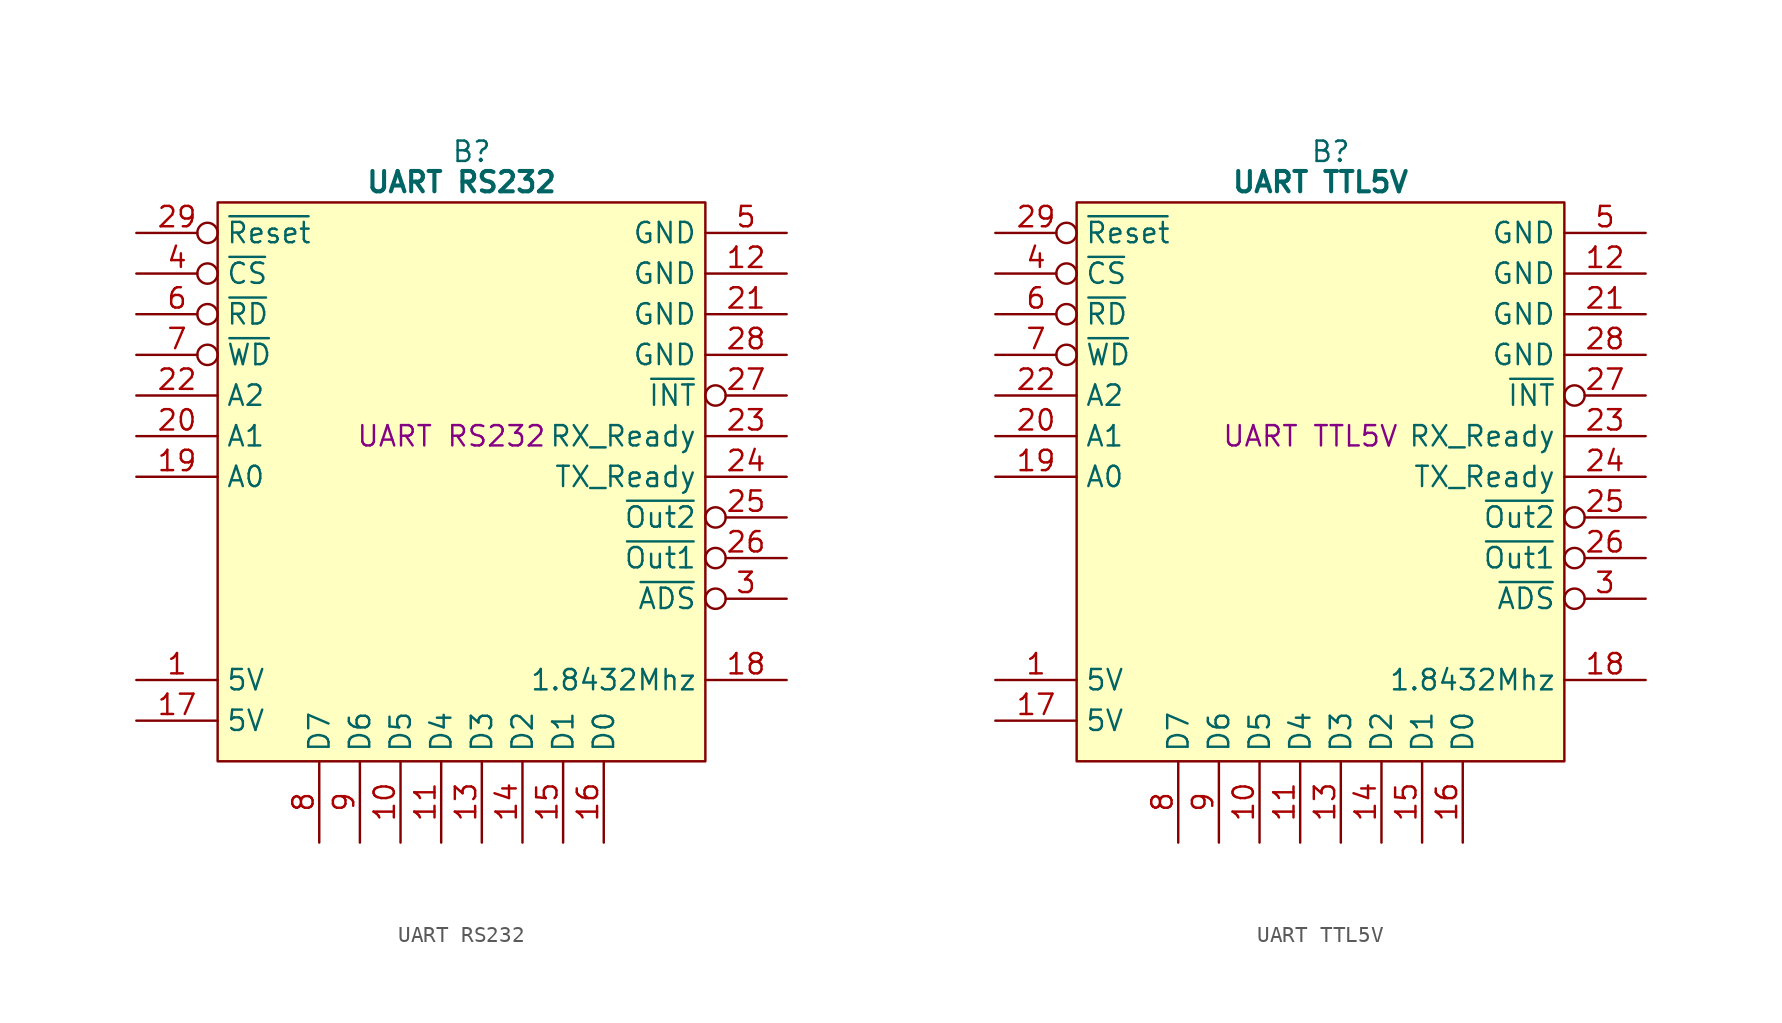
<source format=kicad_sym>
(kicad_symbol_lib
  (version 20241209)
  (generator "kicad_symbol_editor")
  (generator_version "9.0")
  (symbol "UART RS232"
    (property "Reference" "B"
      (at 15.875 5.08 0)
      (effects (font (size 1.27 1.27))))
    (property "Value" "UART RS232"
      (at 15.24 3.175 0)
      (effects (font (size 1.27 1.27) (bold yes))))
    (property "Description" "UART RS232"
      (at 14.605 -12.7 0)
      (effects (font (size 1.27 1.27))))
    (symbol "UART RS232_0_1"
      (polyline (pts (xy 0 1.905) (xy 30.48 1.905) (xy 30.48 -33.02) (xy 0 -33.02) (xy 0 1.905)) (stroke (width 0.152) (type default)) (fill (type background))))
    (symbol "UART RS232_1_0"
      (pin no_connect line (at -5.08 -22.86 0) (length 5.08) (hide yes) (name "N.C." (effects (font (size 1.27 1.27)))) (number "32" (effects (font (size 1.27 1.27))))))
    (symbol "UART RS232_1_1"
      (pin input inverted (at -5.08 0 0) (length 5.08) (name "~{Reset}" (effects (font (size 1.27 1.27)))) (number "29" (effects (font (size 1.27 1.27)))))
      (pin input inverted (at -5.08 -2.54 0) (length 5.08) (name "~{CS}" (effects (font (size 1.27 1.27)))) (number "4" (effects (font (size 1.27 1.27)))))
      (pin input inverted (at -5.08 -5.08 0) (length 5.08) (name "~{RD}" (effects (font (size 1.27 1.27)))) (number "6" (effects (font (size 1.27 1.27)))))
      (pin input inverted (at -5.08 -7.62 0) (length 5.08) (name "~{WD}" (effects (font (size 1.27 1.27)))) (number "7" (effects (font (size 1.27 1.27)))))
      (pin input line (at -5.08 -10.16 0) (length 5.08) (name "A2" (effects (font (size 1.27 1.27)))) (number "22" (effects (font (size 1.27 1.27)))))
      (pin input line (at -5.08 -12.7 0) (length 5.08) (name "A1" (effects (font (size 1.27 1.27)))) (number "20" (effects (font (size 1.27 1.27)))))
      (pin input line (at -5.08 -15.24 0) (length 5.08) (name "A0" (effects (font (size 1.27 1.27)))) (number "19" (effects (font (size 1.27 1.27)))))
      (pin no_connect line (at -5.08 -17.78 0) (length 5.08) (hide yes) (name "N.C." (effects (font (size 1.27 1.27)))) (number "30" (effects (font (size 1.27 1.27)))))
      (pin no_connect line (at -5.08 -20.32 0) (length 5.08) (hide yes) (name "N.C." (effects (font (size 1.27 1.27)))) (number "31" (effects (font (size 1.27 1.27)))))
      (pin no_connect line (at -5.08 -25.4 0) (length 5.08) (hide yes) (name "N.C." (effects (font (size 1.27 1.27)))) (number "2" (effects (font (size 1.27 1.27)))))
      (pin passive line (at -5.08 -27.94 0) (length 5.08) (name "5V" (effects (font (size 1.27 1.27)))) (number "1" (effects (font (size 1.27 1.27)))))
      (pin passive line (at -5.08 -30.48 0) (length 5.08) (name "5V" (effects (font (size 1.27 1.27)))) (number "17" (effects (font (size 1.27 1.27)))))
      (pin tri_state line (at 6.35 -38.1 90) (length 5.08) (name "D7" (effects (font (size 1.27 1.27)))) (number "8" (effects (font (size 1.27 1.27)))))
      (pin tri_state line (at 8.89 -38.1 90) (length 5.08) (name "D6" (effects (font (size 1.27 1.27)))) (number "9" (effects (font (size 1.27 1.27)))))
      (pin tri_state line (at 11.43 -38.1 90) (length 5.08) (name "D5" (effects (font (size 1.27 1.27)))) (number "10" (effects (font (size 1.27 1.27)))))
      (pin tri_state line (at 13.97 -38.1 90) (length 5.08) (name "D4" (effects (font (size 1.27 1.27)))) (number "11" (effects (font (size 1.27 1.27)))))
      (pin tri_state line (at 16.51 -38.1 90) (length 5.08) (name "D3" (effects (font (size 1.27 1.27)))) (number "13" (effects (font (size 1.27 1.27)))))
      (pin tri_state line (at 19.05 -38.1 90) (length 5.08) (name "D2" (effects (font (size 1.27 1.27)))) (number "14" (effects (font (size 1.27 1.27)))))
      (pin tri_state line (at 21.59 -38.1 90) (length 5.08) (name "D1" (effects (font (size 1.27 1.27)))) (number "15" (effects (font (size 1.27 1.27)))))
      (pin tri_state line (at 24.13 -38.1 90) (length 5.08) (name "D0" (effects (font (size 1.27 1.27)))) (number "16" (effects (font (size 1.27 1.27)))))
      (pin passive line (at 35.56 0 180) (length 5.08) (name "GND" (effects (font (size 1.27 1.27)))) (number "5" (effects (font (size 1.27 1.27)))))
      (pin passive line (at 35.56 -2.54 180) (length 5.08) (name "GND" (effects (font (size 1.27 1.27)))) (number "12" (effects (font (size 1.27 1.27)))))
      (pin passive line (at 35.56 -5.08 180) (length 5.08) (name "GND" (effects (font (size 1.27 1.27)))) (number "21" (effects (font (size 1.27 1.27)))))
      (pin passive line (at 35.56 -7.62 180) (length 5.08) (name "GND" (effects (font (size 1.27 1.27)))) (number "28" (effects (font (size 1.27 1.27)))))
      (pin output inverted (at 35.56 -10.16 180) (length 5.08) (name "~{INT}" (effects (font (size 1.27 1.27)))) (number "27" (effects (font (size 1.27 1.27)))))
      (pin output line (at 35.56 -12.7 180) (length 5.08) (name "RX_Ready" (effects (font (size 1.27 1.27)))) (number "23" (effects (font (size 1.27 1.27)))))
      (pin output line (at 35.56 -15.24 180) (length 5.08) (name "TX_Ready" (effects (font (size 1.27 1.27)))) (number "24" (effects (font (size 1.27 1.27)))))
      (pin output inverted (at 35.56 -17.78 180) (length 5.08) (name "~{Out2}" (effects (font (size 1.27 1.27)))) (number "25" (effects (font (size 1.27 1.27)))))
      (pin output inverted (at 35.56 -20.32 180) (length 5.08) (name "~{Out1}" (effects (font (size 1.27 1.27)))) (number "26" (effects (font (size 1.27 1.27)))))
      (pin output inverted (at 35.56 -22.86 180) (length 5.08) (name "~{ADS}" (effects (font (size 1.27 1.27)))) (number "3" (effects (font (size 1.27 1.27)))))
      (pin passive line (at 35.56 -27.94 180) (length 5.08) (name "1.8432Mhz" (effects (font (size 1.27 1.27)))) (number "18" (effects (font (size 1.27 1.27)))))))
  (symbol "UART TTL5V"
    (property "Reference" "B"
      (at 15.875 5.08 0)
      (effects (font (size 1.27 1.27))))
    (property "Value" "UART TTL5V"
      (at 15.24 3.175 0)
      (effects (font (size 1.27 1.27) (bold yes))))
    (property "Description" "UART TTL5V"
      (at 14.605 -12.7 0)
      (effects (font (size 1.27 1.27))))
    (symbol "UART TTL5V_0_1"
      (polyline (pts (xy 0 1.905) (xy 30.48 1.905) (xy 30.48 -33.02) (xy 0 -33.02) (xy 0 1.905)) (stroke (width 0.152) (type default)) (fill (type background))))
    (symbol "UART TTL5V_1_0"
      (pin no_connect line (at -5.08 -22.86 0) (length 5.08) (hide yes) (name "N.C." (effects (font (size 1.27 1.27)))) (number "32" (effects (font (size 1.27 1.27))))))
    (symbol "UART TTL5V_1_1"
      (pin input inverted (at -5.08 0 0) (length 5.08) (name "~{Reset}" (effects (font (size 1.27 1.27)))) (number "29" (effects (font (size 1.27 1.27)))))
      (pin input inverted (at -5.08 -2.54 0) (length 5.08) (name "~{CS}" (effects (font (size 1.27 1.27)))) (number "4" (effects (font (size 1.27 1.27)))))
      (pin input inverted (at -5.08 -5.08 0) (length 5.08) (name "~{RD}" (effects (font (size 1.27 1.27)))) (number "6" (effects (font (size 1.27 1.27)))))
      (pin input inverted (at -5.08 -7.62 0) (length 5.08) (name "~{WD}" (effects (font (size 1.27 1.27)))) (number "7" (effects (font (size 1.27 1.27)))))
      (pin input line (at -5.08 -10.16 0) (length 5.08) (name "A2" (effects (font (size 1.27 1.27)))) (number "22" (effects (font (size 1.27 1.27)))))
      (pin input line (at -5.08 -12.7 0) (length 5.08) (name "A1" (effects (font (size 1.27 1.27)))) (number "20" (effects (font (size 1.27 1.27)))))
      (pin input line (at -5.08 -15.24 0) (length 5.08) (name "A0" (effects (font (size 1.27 1.27)))) (number "19" (effects (font (size 1.27 1.27)))))
      (pin no_connect line (at -5.08 -17.78 0) (length 5.08) (hide yes) (name "N.C." (effects (font (size 1.27 1.27)))) (number "30" (effects (font (size 1.27 1.27)))))
      (pin no_connect line (at -5.08 -20.32 0) (length 5.08) (hide yes) (name "N.C." (effects (font (size 1.27 1.27)))) (number "31" (effects (font (size 1.27 1.27)))))
      (pin no_connect line (at -5.08 -25.4 0) (length 5.08) (hide yes) (name "N.C." (effects (font (size 1.27 1.27)))) (number "2" (effects (font (size 1.27 1.27)))))
      (pin passive line (at -5.08 -27.94 0) (length 5.08) (name "5V" (effects (font (size 1.27 1.27)))) (number "1" (effects (font (size 1.27 1.27)))))
      (pin passive line (at -5.08 -30.48 0) (length 5.08) (name "5V" (effects (font (size 1.27 1.27)))) (number "17" (effects (font (size 1.27 1.27)))))
      (pin tri_state line (at 6.35 -38.1 90) (length 5.08) (name "D7" (effects (font (size 1.27 1.27)))) (number "8" (effects (font (size 1.27 1.27)))))
      (pin tri_state line (at 8.89 -38.1 90) (length 5.08) (name "D6" (effects (font (size 1.27 1.27)))) (number "9" (effects (font (size 1.27 1.27)))))
      (pin tri_state line (at 11.43 -38.1 90) (length 5.08) (name "D5" (effects (font (size 1.27 1.27)))) (number "10" (effects (font (size 1.27 1.27)))))
      (pin tri_state line (at 13.97 -38.1 90) (length 5.08) (name "D4" (effects (font (size 1.27 1.27)))) (number "11" (effects (font (size 1.27 1.27)))))
      (pin tri_state line (at 16.51 -38.1 90) (length 5.08) (name "D3" (effects (font (size 1.27 1.27)))) (number "13" (effects (font (size 1.27 1.27)))))
      (pin tri_state line (at 19.05 -38.1 90) (length 5.08) (name "D2" (effects (font (size 1.27 1.27)))) (number "14" (effects (font (size 1.27 1.27)))))
      (pin tri_state line (at 21.59 -38.1 90) (length 5.08) (name "D1" (effects (font (size 1.27 1.27)))) (number "15" (effects (font (size 1.27 1.27)))))
      (pin tri_state line (at 24.13 -38.1 90) (length 5.08) (name "D0" (effects (font (size 1.27 1.27)))) (number "16" (effects (font (size 1.27 1.27)))))
      (pin passive line (at 35.56 0 180) (length 5.08) (name "GND" (effects (font (size 1.27 1.27)))) (number "5" (effects (font (size 1.27 1.27)))))
      (pin passive line (at 35.56 -2.54 180) (length 5.08) (name "GND" (effects (font (size 1.27 1.27)))) (number "12" (effects (font (size 1.27 1.27)))))
      (pin passive line (at 35.56 -5.08 180) (length 5.08) (name "GND" (effects (font (size 1.27 1.27)))) (number "21" (effects (font (size 1.27 1.27)))))
      (pin passive line (at 35.56 -7.62 180) (length 5.08) (name "GND" (effects (font (size 1.27 1.27)))) (number "28" (effects (font (size 1.27 1.27)))))
      (pin output inverted (at 35.56 -10.16 180) (length 5.08) (name "~{INT}" (effects (font (size 1.27 1.27)))) (number "27" (effects (font (size 1.27 1.27)))))
      (pin output line (at 35.56 -12.7 180) (length 5.08) (name "RX_Ready" (effects (font (size 1.27 1.27)))) (number "23" (effects (font (size 1.27 1.27)))))
      (pin output line (at 35.56 -15.24 180) (length 5.08) (name "TX_Ready" (effects (font (size 1.27 1.27)))) (number "24" (effects (font (size 1.27 1.27)))))
      (pin output inverted (at 35.56 -17.78 180) (length 5.08) (name "~{Out2}" (effects (font (size 1.27 1.27)))) (number "25" (effects (font (size 1.27 1.27)))))
      (pin output inverted (at 35.56 -20.32 180) (length 5.08) (name "~{Out1}" (effects (font (size 1.27 1.27)))) (number "26" (effects (font (size 1.27 1.27)))))
      (pin output inverted (at 35.56 -22.86 180) (length 5.08) (name "~{ADS}" (effects (font (size 1.27 1.27)))) (number "3" (effects (font (size 1.27 1.27)))))
      (pin passive line (at 35.56 -27.94 180) (length 5.08) (name "1.8432Mhz" (effects (font (size 1.27 1.27)))) (number "18" (effects (font (size 1.27 1.27))))))))
</source>
